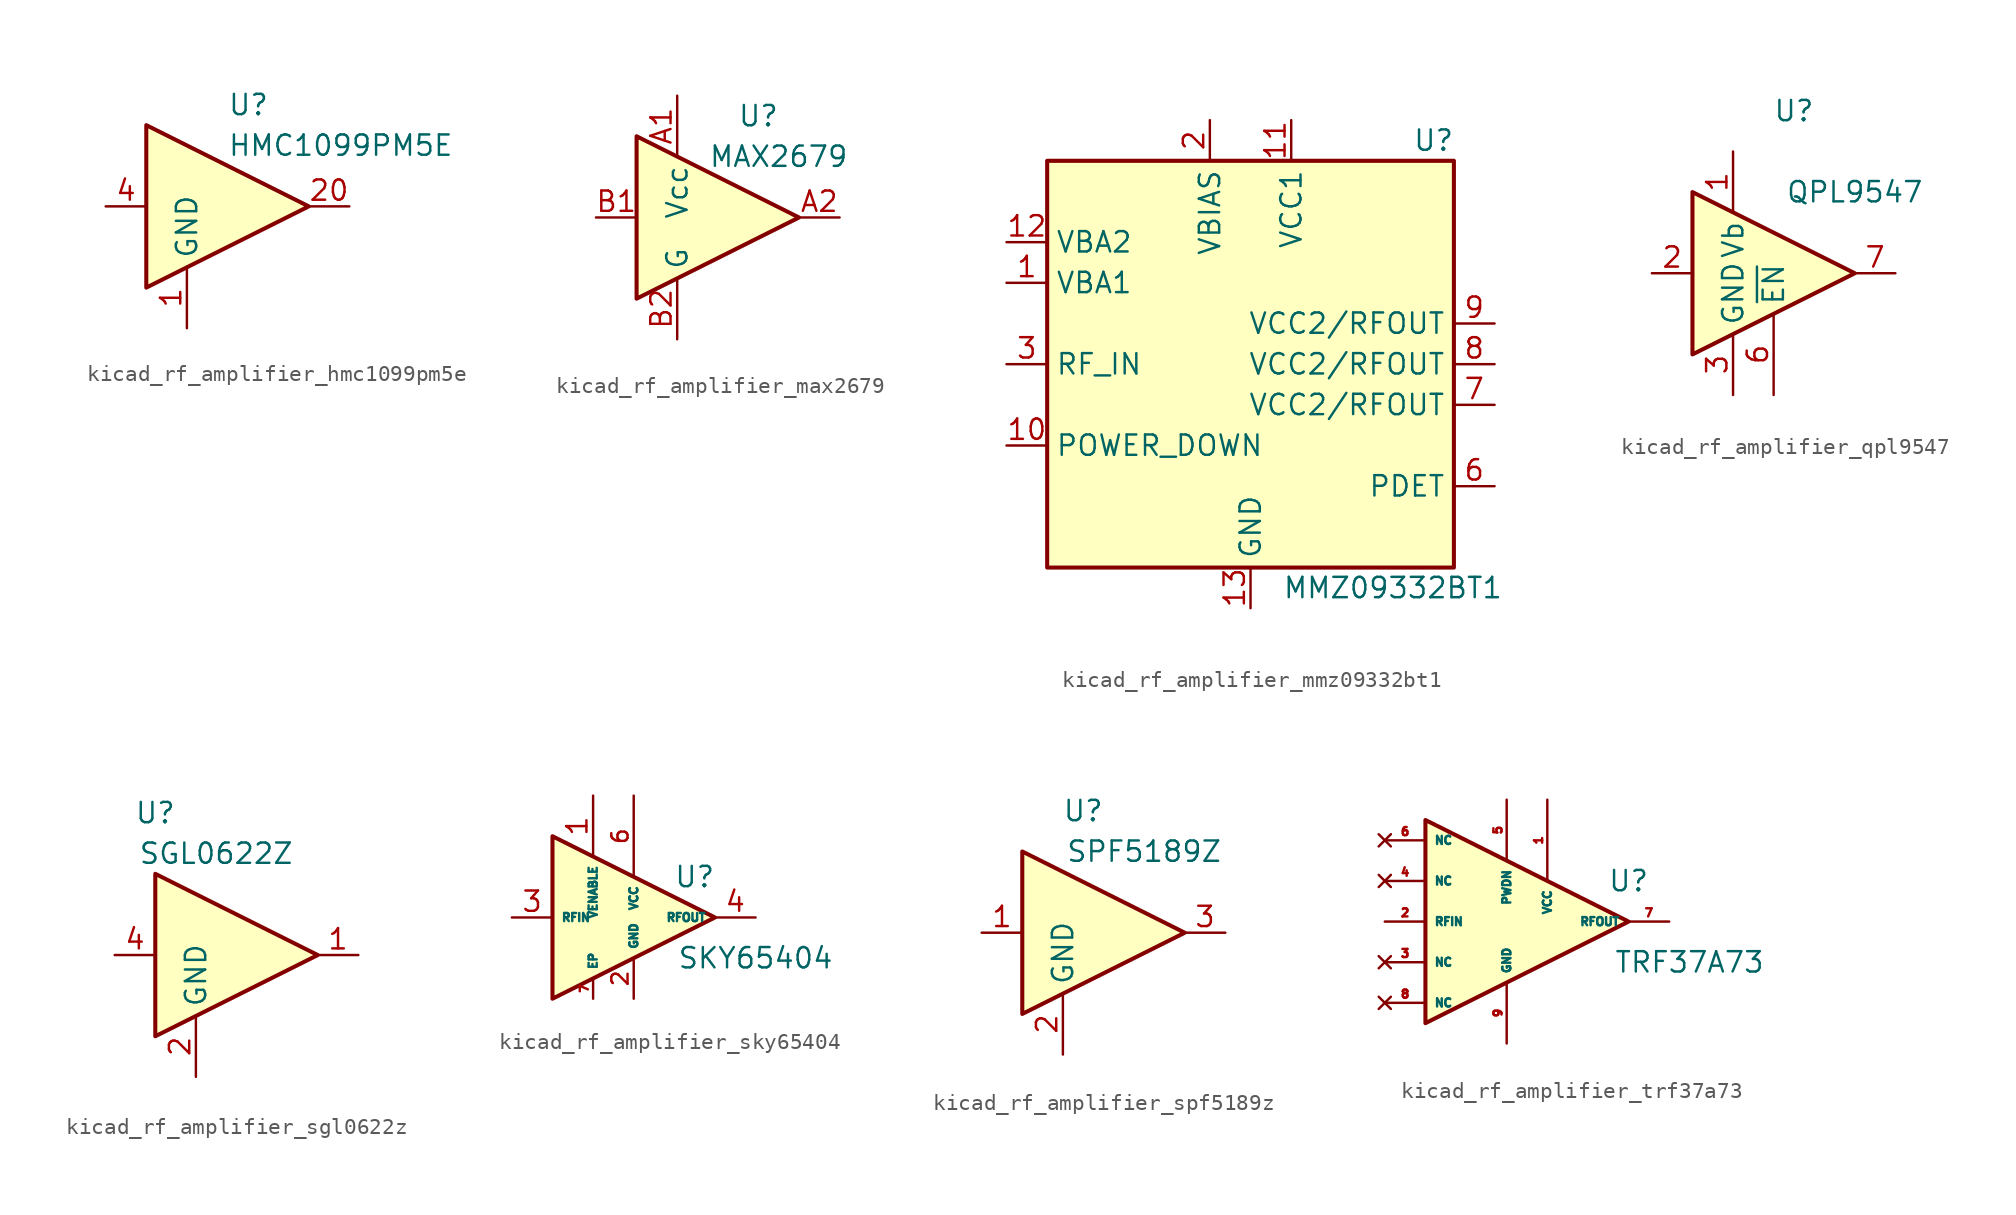
<source format=kicad_sym>
(kicad_symbol_lib
  (version 20220914)
  (generator kicad_symbol_editor)
  (symbol "kicad_rf_amplifier_hmc1099pm5e"
    (property "Reference" "U"
      (at 0 6.35 0)
      (effects (font (size 1.27 1.27)) (justify left)))
    (property "Value" "HMC1099PM5E"
      (at 0 3.81 0)
      (effects (font (size 1.27 1.27)) (justify left)))
    (symbol "kicad_rf_amplifier_hmc1099pm5e_1_1"
      (polyline (pts (xy 5.08 0) (xy -5.08 5.08) (xy -5.08 -5.08) (xy 5.08 0)) (stroke (width 0.254) (type default)) (fill (type background)))
      (pin power_in line (at -2.54 -7.62 90) (length 3.81) (name "GND" (effects (font (size 1.27 1.27)))) (number "1" (effects (font (size 1.27 1.27)))))
      (pin passive line (at -2.54 -7.62 90) (length 3.81) hide (name "GND" (effects (font (size 1.27 1.27)))) (number "10" (effects (font (size 1.27 1.27)))))
      (pin passive line (at -2.54 -7.62 90) (length 3.81) hide (name "GND" (effects (font (size 1.27 1.27)))) (number "11" (effects (font (size 1.27 1.27)))))
      (pin passive line (at -2.54 -7.62 90) (length 3.81) hide (name "GND" (effects (font (size 1.27 1.27)))) (number "12" (effects (font (size 1.27 1.27)))))
      (pin passive line (at -2.54 -7.62 90) (length 3.81) hide (name "GND" (effects (font (size 1.27 1.27)))) (number "13" (effects (font (size 1.27 1.27)))))
      (pin passive line (at -2.54 -7.62 90) (length 3.81) hide (name "GND" (effects (font (size 1.27 1.27)))) (number "14" (effects (font (size 1.27 1.27)))))
      (pin passive line (at -2.54 -7.62 90) (length 3.81) hide (name "GND" (effects (font (size 1.27 1.27)))) (number "15" (effects (font (size 1.27 1.27)))))
      (pin passive line (at -2.54 -7.62 90) (length 3.81) hide (name "GND" (effects (font (size 1.27 1.27)))) (number "16" (effects (font (size 1.27 1.27)))))
      (pin passive line (at -2.54 -7.62 90) (length 3.81) hide (name "GND" (effects (font (size 1.27 1.27)))) (number "17" (effects (font (size 1.27 1.27)))))
      (pin passive line (at -2.54 -7.62 90) (length 3.81) hide (name "GND" (effects (font (size 1.27 1.27)))) (number "18" (effects (font (size 1.27 1.27)))))
      (pin passive line (at -2.54 -7.62 90) (length 3.81) hide (name "GND" (effects (font (size 1.27 1.27)))) (number "19" (effects (font (size 1.27 1.27)))))
      (pin passive line (at -2.54 -7.62 90) (length 3.81) hide (name "GND" (effects (font (size 1.27 1.27)))) (number "2" (effects (font (size 1.27 1.27)))))
      (pin output line (at 7.62 0 180) (length 2.54) (name "~" (effects (font (size 1.27 1.27)))) (number "20" (effects (font (size 1.27 1.27)))))
      (pin passive line (at 7.62 0 180) (length 2.54) hide (name "~" (effects (font (size 1.27 1.27)))) (number "21" (effects (font (size 1.27 1.27)))))
      (pin passive line (at -2.54 -7.62 90) (length 3.81) hide (name "GND" (effects (font (size 1.27 1.27)))) (number "22" (effects (font (size 1.27 1.27)))))
      (pin passive line (at -2.54 -7.62 90) (length 3.81) hide (name "GND" (effects (font (size 1.27 1.27)))) (number "23" (effects (font (size 1.27 1.27)))))
      (pin passive line (at -2.54 -7.62 90) (length 3.81) hide (name "GND" (effects (font (size 1.27 1.27)))) (number "24" (effects (font (size 1.27 1.27)))))
      (pin passive line (at -2.54 -7.62 90) (length 3.81) hide (name "GND" (effects (font (size 1.27 1.27)))) (number "25" (effects (font (size 1.27 1.27)))))
      (pin passive line (at -2.54 -7.62 90) (length 3.81) hide (name "GND" (effects (font (size 1.27 1.27)))) (number "26" (effects (font (size 1.27 1.27)))))
      (pin passive line (at -2.54 -7.62 90) (length 3.81) hide (name "GND" (effects (font (size 1.27 1.27)))) (number "27" (effects (font (size 1.27 1.27)))))
      (pin passive line (at -2.54 -7.62 90) (length 3.81) hide (name "GND" (effects (font (size 1.27 1.27)))) (number "28" (effects (font (size 1.27 1.27)))))
      (pin passive line (at -2.54 -7.62 90) (length 3.81) hide (name "GND" (effects (font (size 1.27 1.27)))) (number "29" (effects (font (size 1.27 1.27)))))
      (pin passive line (at -2.54 -7.62 90) (length 3.81) hide (name "GND" (effects (font (size 1.27 1.27)))) (number "3" (effects (font (size 1.27 1.27)))))
      (pin passive line (at -2.54 -7.62 90) (length 3.81) hide (name "GND" (effects (font (size 1.27 1.27)))) (number "30" (effects (font (size 1.27 1.27)))))
      (pin passive line (at -2.54 -7.62 90) (length 3.81) hide (name "GND" (effects (font (size 1.27 1.27)))) (number "31" (effects (font (size 1.27 1.27)))))
      (pin passive line (at -2.54 -7.62 90) (length 3.81) hide (name "GND" (effects (font (size 1.27 1.27)))) (number "32" (effects (font (size 1.27 1.27)))))
      (pin passive line (at -2.54 -7.62 90) (length 3.81) hide (name "GND" (effects (font (size 1.27 1.27)))) (number "33" (effects (font (size 1.27 1.27)))))
      (pin input line (at -7.62 0 0) (length 2.54) (name "~" (effects (font (size 1.27 1.27)))) (number "4" (effects (font (size 1.27 1.27)))))
      (pin input line (at -7.62 0 0) (length 2.54) hide (name "~" (effects (font (size 1.27 1.27)))) (number "5" (effects (font (size 1.27 1.27)))))
      (pin passive line (at -2.54 -7.62 90) (length 3.81) hide (name "GND" (effects (font (size 1.27 1.27)))) (number "6" (effects (font (size 1.27 1.27)))))
      (pin passive line (at -2.54 -7.62 90) (length 3.81) hide (name "GND" (effects (font (size 1.27 1.27)))) (number "7" (effects (font (size 1.27 1.27)))))
      (pin passive line (at -2.54 -7.62 90) (length 3.81) hide (name "GND" (effects (font (size 1.27 1.27)))) (number "8" (effects (font (size 1.27 1.27)))))
      (pin passive line (at -2.54 -7.62 90) (length 3.81) hide (name "GND" (effects (font (size 1.27 1.27)))) (number "9" (effects (font (size 1.27 1.27)))))))
  (symbol "kicad_rf_amplifier_max2679"
    (property "Reference" "U"
      (at 2.54 6.35 0)
      (effects (font (size 1.27 1.27))))
    (property "Value" "MAX2679"
      (at 3.81 3.81 0)
      (effects (font (size 1.27 1.27))))
    (symbol "kicad_rf_amplifier_max2679_0_1"
      (polyline (pts (xy 5.08 0) (xy -5.08 5.08) (xy -5.08 -5.08) (xy 5.08 0)) (stroke (width 0.254) (type default)) (fill (type background))))
    (symbol "kicad_rf_amplifier_max2679_1_1"
      (pin power_in line (at -2.54 7.62 270) (length 3.81) (name "Vcc" (effects (font (size 1.27 1.27)))) (number "A1" (effects (font (size 1.27 1.27)))))
      (pin output line (at 7.62 0 180) (length 2.54) (name "~" (effects (font (size 1.27 1.27)))) (number "A2" (effects (font (size 1.27 1.27)))))
      (pin input line (at -7.62 0 0) (length 2.54) (name "~" (effects (font (size 1.27 1.27)))) (number "B1" (effects (font (size 1.27 1.27)))))
      (pin power_in line (at -2.54 -7.62 90) (length 3.81) (name "G" (effects (font (size 1.27 1.27)))) (number "B2" (effects (font (size 1.27 1.27)))))))
  (symbol "kicad_rf_amplifier_mmz09332bt1"
    (property "Reference" "U"
      (at 11.43 13.97 0)
      (effects (font (size 1.27 1.27))))
    (property "Value" "MMZ09332BT1"
      (at 8.89 -13.97 0)
      (effects (font (size 1.27 1.27))))
    (symbol "kicad_rf_amplifier_mmz09332bt1_0_1"
      (rectangle (start -12.7 12.7) (end 12.7 -12.7) (stroke (width 0.254) (type default)) (fill (type background))))
    (symbol "kicad_rf_amplifier_mmz09332bt1_1_1"
      (pin input line (at -15.24 5.08 0) (length 2.54) (name "VBA1" (effects (font (size 1.27 1.27)))) (number "1" (effects (font (size 1.27 1.27)))))
      (pin input line (at -15.24 -5.08 0) (length 2.54) (name "POWER_DOWN" (effects (font (size 1.27 1.27)))) (number "10" (effects (font (size 1.27 1.27)))))
      (pin power_in line (at 2.54 15.24 270) (length 2.54) (name "VCC1" (effects (font (size 1.27 1.27)))) (number "11" (effects (font (size 1.27 1.27)))))
      (pin input line (at -15.24 7.62 0) (length 2.54) (name "VBA2" (effects (font (size 1.27 1.27)))) (number "12" (effects (font (size 1.27 1.27)))))
      (pin power_in line (at 0 -15.24 90) (length 2.54) (name "GND" (effects (font (size 1.27 1.27)))) (number "13" (effects (font (size 1.27 1.27)))))
      (pin power_in line (at -2.54 15.24 270) (length 2.54) (name "VBIAS" (effects (font (size 1.27 1.27)))) (number "2" (effects (font (size 1.27 1.27)))))
      (pin input line (at -15.24 0 0) (length 2.54) (name "RF_IN" (effects (font (size 1.27 1.27)))) (number "3" (effects (font (size 1.27 1.27)))))
      (pin no_connect line (at -5.08 -12.7 90) (length 2.54) hide (name "NC" (effects (font (size 1.27 1.27)))) (number "4" (effects (font (size 1.27 1.27)))))
      (pin no_connect line (at -7.62 -12.7 90) (length 2.54) hide (name "NC" (effects (font (size 1.27 1.27)))) (number "5" (effects (font (size 1.27 1.27)))))
      (pin output line (at 15.24 -7.62 180) (length 2.54) (name "PDET" (effects (font (size 1.27 1.27)))) (number "6" (effects (font (size 1.27 1.27)))))
      (pin input line (at 15.24 -2.54 180) (length 2.54) (name "VCC2/RFOUT" (effects (font (size 1.27 1.27)))) (number "7" (effects (font (size 1.27 1.27)))))
      (pin input line (at 15.24 0 180) (length 2.54) (name "VCC2/RFOUT" (effects (font (size 1.27 1.27)))) (number "8" (effects (font (size 1.27 1.27)))))
      (pin input line (at 15.24 2.54 180) (length 2.54) (name "VCC2/RFOUT" (effects (font (size 1.27 1.27)))) (number "9" (effects (font (size 1.27 1.27)))))))
  (symbol "kicad_rf_amplifier_qpl9547"
    (property "Reference" "U"
      (at 1.27 10.16 0)
      (effects (font (size 1.27 1.27))))
    (property "Value" "QPL9547"
      (at 5.08 5.08 0)
      (effects (font (size 1.27 1.27))))
    (symbol "kicad_rf_amplifier_qpl9547_0_1"
      (polyline (pts (xy 5.08 0) (xy -5.08 5.08) (xy -5.08 -5.08) (xy 5.08 0)) (stroke (width 0.254) (type default)) (fill (type background))))
    (symbol "kicad_rf_amplifier_qpl9547_1_1"
      (pin power_in line (at -2.54 7.62 270) (length 3.81) (name "Vb" (effects (font (size 1.27 1.27)))) (number "1" (effects (font (size 1.27 1.27)))))
      (pin input line (at -7.62 0 0) (length 2.54) (name "~" (effects (font (size 1.27 1.27)))) (number "2" (effects (font (size 1.27 1.27)))))
      (pin power_in line (at -2.54 -7.62 90) (length 3.81) (name "GND" (effects (font (size 1.27 1.27)))) (number "3" (effects (font (size 1.27 1.27)))))
      (pin passive line (at -2.54 -7.62 90) (length 3.81) hide (name "GND" (effects (font (size 1.27 1.27)))) (number "4" (effects (font (size 1.27 1.27)))))
      (pin passive line (at -2.54 -7.62 90) (length 3.81) hide (name "GND" (effects (font (size 1.27 1.27)))) (number "5" (effects (font (size 1.27 1.27)))))
      (pin passive line (at 0 -7.62 90) (length 5.08) (name "~{EN}" (effects (font (size 1.27 1.27)))) (number "6" (effects (font (size 1.27 1.27)))))
      (pin output line (at 7.62 0 180) (length 2.54) (name "~" (effects (font (size 1.27 1.27)))) (number "7" (effects (font (size 1.27 1.27)))))
      (pin passive line (at -2.54 -7.62 90) (length 3.81) hide (name "GND" (effects (font (size 1.27 1.27)))) (number "8" (effects (font (size 1.27 1.27)))))
      (pin passive line (at -2.54 -7.62 90) (length 3.81) hide (name "GND" (effects (font (size 1.27 1.27)))) (number "9" (effects (font (size 1.27 1.27)))))))
  (symbol "kicad_rf_amplifier_sgl0622z"
    (property "Reference" "U"
      (at -5.08 8.89 0)
      (effects (font (size 1.27 1.27))))
    (property "Value" "SGL0622Z"
      (at -1.27 6.35 0)
      (effects (font (size 1.27 1.27))))
    (symbol "kicad_rf_amplifier_sgl0622z_0_0"
      (pin passive line (at -2.54 -7.62 90) (length 5.08) hide (name "GND" (effects (font (size 1.27 1.27)))) (number "9" (effects (font (size 1.27 1.27))))))
    (symbol "kicad_rf_amplifier_sgl0622z_1_1"
      (polyline (pts (xy 5.08 0) (xy -5.08 5.08) (xy -5.08 -5.08) (xy 5.08 0)) (stroke (width 0.254) (type default)) (fill (type background)))
      (pin output line (at 7.62 0 180) (length 2.54) (name "~" (effects (font (size 1.27 1.27)))) (number "1" (effects (font (size 1.27 1.27)))))
      (pin power_in line (at -2.54 -7.62 90) (length 3.81) (name "GND" (effects (font (size 1.27 1.27)))) (number "2" (effects (font (size 1.27 1.27)))))
      (pin passive line (at -2.54 -7.62 90) (length 2.54) hide (name "GND" (effects (font (size 1.27 1.27)))) (number "3" (effects (font (size 1.27 1.27)))))
      (pin input line (at -7.62 0 0) (length 2.54) (name "~" (effects (font (size 1.27 1.27)))) (number "4" (effects (font (size 1.27 1.27)))))
      (pin passive line (at -2.54 -7.62 90) (length 2.54) hide (name "GND" (effects (font (size 1.27 1.27)))) (number "5" (effects (font (size 1.27 1.27)))))
      (pin passive line (at -2.54 -7.62 90) (length 2.54) hide (name "GND" (effects (font (size 1.27 1.27)))) (number "6" (effects (font (size 1.27 1.27)))))
      (pin passive line (at -2.54 -7.62 90) (length 2.54) hide (name "GND" (effects (font (size 1.27 1.27)))) (number "7" (effects (font (size 1.27 1.27)))))
      (pin passive line (at -2.54 -7.62 90) (length 2.54) hide (name "GND" (effects (font (size 1.27 1.27)))) (number "8" (effects (font (size 1.27 1.27)))))))
  (symbol "kicad_rf_amplifier_sky65404"
    (property "Reference" "U"
      (at 6.35 2.54 0)
      (effects (font (size 1.27 1.27))))
    (property "Value" "SKY65404"
      (at 10.16 -2.54 0)
      (effects (font (size 1.27 1.27))))
    (symbol "kicad_rf_amplifier_sky65404_0_1"
      (polyline (pts (xy -2.54 5.08) (xy -2.54 -2.54) (xy -2.54 -5.08) (xy 7.62 0) (xy -2.54 5.08)) (stroke (width 0.254) (type default)) (fill (type background))))
    (symbol "kicad_rf_amplifier_sky65404_1_1"
      (pin input line (at 0 7.62 270) (length 3.81) (name "VENABLE" (effects (font (size 0.508 0.508)))) (number "1" (effects (font (size 1.27 1.27)))))
      (pin power_in line (at 2.54 -5.08 90) (length 2.54) (name "GND" (effects (font (size 0.508 0.508)))) (number "2" (effects (font (size 1.016 1.016)))))
      (pin input line (at -5.08 0 0) (length 2.54) (name "RFIN" (effects (font (size 0.508 0.508)))) (number "3" (effects (font (size 1.27 1.27)))))
      (pin output line (at 10.16 0 180) (length 2.54) (name "RFOUT" (effects (font (size 0.508 0.508)))) (number "4" (effects (font (size 1.27 1.27)))))
      (pin passive line (at 2.54 -5.08 90) (length 2.54) hide (name "GND" (effects (font (size 0.508 0.508)))) (number "5" (effects (font (size 1.016 1.016)))))
      (pin power_in line (at 2.54 7.62 270) (length 5.08) (name "VCC" (effects (font (size 0.508 0.508)))) (number "6" (effects (font (size 1.016 1.016)))))
      (pin passive line (at 0 -5.08 90) (length 1.27) (name "EP" (effects (font (size 0.508 0.508)))) (number "7" (effects (font (size 0.508 0.508)))))))
  (symbol "kicad_rf_amplifier_spf5189z"
    (property "Reference" "U"
      (at -1.27 7.62 0)
      (effects (font (size 1.27 1.27))))
    (property "Value" "SPF5189Z"
      (at 2.54 5.08 0)
      (effects (font (size 1.27 1.27))))
    (symbol "kicad_rf_amplifier_spf5189z_0_1"
      (polyline (pts (xy 5.08 0) (xy -5.08 5.08) (xy -5.08 -5.08) (xy 5.08 0)) (stroke (width 0.254) (type default)) (fill (type background))))
    (symbol "kicad_rf_amplifier_spf5189z_1_1"
      (pin input line (at -7.62 0 0) (length 2.54) (name "~" (effects (font (size 1.27 1.27)))) (number "1" (effects (font (size 1.27 1.27)))))
      (pin power_in line (at -2.54 -7.62 90) (length 3.81) (name "GND" (effects (font (size 1.27 1.27)))) (number "2" (effects (font (size 1.27 1.27)))))
      (pin output line (at 7.62 0 180) (length 2.54) (name "~" (effects (font (size 1.27 1.27)))) (number "3" (effects (font (size 1.27 1.27)))))))
  (symbol "kicad_rf_amplifier_trf37a73"
    (property "Reference" "U"
      (at 7.62 2.54 0)
      (effects (font (size 1.27 1.27))))
    (property "Value" "TRF37A73"
      (at 11.43 -2.54 0)
      (effects (font (size 1.27 1.27))))
    (symbol "kicad_rf_amplifier_trf37a73_1_1"
      (polyline (pts (xy -5.08 6.35) (xy -5.08 0) (xy -5.08 -6.35) (xy 7.62 0) (xy -5.08 6.35)) (stroke (width 0.254) (type default)) (fill (type background)))
      (pin power_in line (at 2.54 7.62 270) (length 5.08) (name "VCC" (effects (font (size 0.508 0.508)))) (number "1" (effects (font (size 0.508 0.508)))))
      (pin input line (at -7.62 0 0) (length 2.54) (name "RFIN" (effects (font (size 0.508 0.508)))) (number "2" (effects (font (size 0.508 0.508)))))
      (pin no_connect line (at -7.62 -2.54 0) (length 2.54) (name "NC" (effects (font (size 0.508 0.508)))) (number "3" (effects (font (size 0.508 0.508)))))
      (pin no_connect line (at -7.62 2.54 0) (length 2.54) (name "NC" (effects (font (size 0.508 0.508)))) (number "4" (effects (font (size 0.508 0.508)))))
      (pin passive line (at 0 7.62 270) (length 3.81) (name "PWDN" (effects (font (size 0.508 0.508)))) (number "5" (effects (font (size 0.508 0.508)))))
      (pin no_connect line (at -7.62 5.08 0) (length 2.54) (name "NC" (effects (font (size 0.508 0.508)))) (number "6" (effects (font (size 0.508 0.508)))))
      (pin output line (at 10.16 0 180) (length 2.54) (name "RFOUT" (effects (font (size 0.508 0.508)))) (number "7" (effects (font (size 0.508 0.508)))))
      (pin no_connect line (at -7.62 -5.08 0) (length 2.54) (name "NC" (effects (font (size 0.508 0.508)))) (number "8" (effects (font (size 0.508 0.508)))))
      (pin power_in line (at 0 -7.62 90) (length 3.81) (name "GND" (effects (font (size 0.508 0.508)))) (number "9" (effects (font (size 0.508 0.508))))))))
</source>
